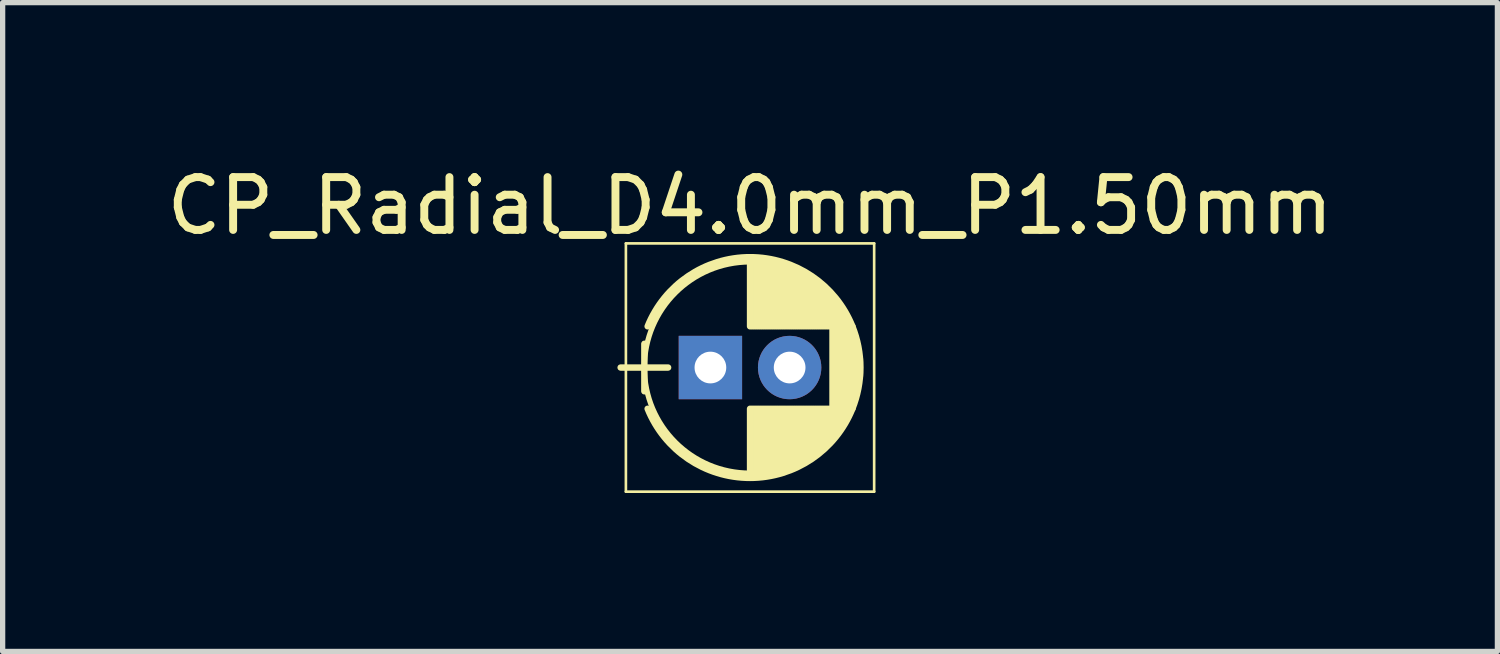
<source format=kicad_pcb>
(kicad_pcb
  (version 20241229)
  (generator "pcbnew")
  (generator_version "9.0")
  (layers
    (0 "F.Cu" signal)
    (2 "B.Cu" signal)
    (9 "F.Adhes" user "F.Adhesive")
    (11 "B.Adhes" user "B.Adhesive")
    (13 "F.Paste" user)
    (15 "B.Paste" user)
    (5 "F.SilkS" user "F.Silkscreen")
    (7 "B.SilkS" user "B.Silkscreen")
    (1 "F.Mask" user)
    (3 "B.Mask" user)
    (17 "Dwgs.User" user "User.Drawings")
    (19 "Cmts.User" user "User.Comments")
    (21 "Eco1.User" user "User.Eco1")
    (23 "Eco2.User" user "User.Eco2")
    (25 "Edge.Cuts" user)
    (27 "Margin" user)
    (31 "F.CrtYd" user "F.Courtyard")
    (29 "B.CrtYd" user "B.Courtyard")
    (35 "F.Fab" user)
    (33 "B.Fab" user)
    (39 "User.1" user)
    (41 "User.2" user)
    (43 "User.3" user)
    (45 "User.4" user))
  (footprint "CP_Radial_D4.0mm_P1.50mm"
    (layer "F.Cu")
    (at 10.399 3.908)
    (property "Reference" "CP_Radial_D4.0mm_P1.50mm" (at 0.75 -3.06 0) (layer "F.SilkS") (effects (font (size 1 1) (thickness 0.15))))
    (attr through_hole)
    (fp_line (start -1.7 0) (end -0.8 0) (stroke (width 0.1) (type solid)) (layer "F.SilkS"))
    (fp_line (start -1.7 0) (end -0.8 0) (stroke (width 0.12) (type solid)) (layer "F.SilkS"))
    (fp_line (start -1.6 -2.35) (end -1.6 2.35) (stroke (width 0.05) (type solid)) (layer "F.SilkS"))
    (fp_line (start -1.6 2.35) (end 3.1 2.35) (stroke (width 0.05) (type solid)) (layer "F.SilkS"))
    (fp_line (start -1.25 -0.45) (end -1.25 0.45) (stroke (width 0.1) (type solid)) (layer "F.SilkS"))
    (fp_line (start -1.25 -0.45) (end -1.25 0.45) (stroke (width 0.12) (type solid)) (layer "F.SilkS"))
    (fp_line (start 0.75 -2.05) (end 0.75 -0.78) (stroke (width 0.12) (type solid)) (layer "F.SilkS"))
    (fp_line (start 0.75 0.78) (end 0.75 2.05) (stroke (width 0.12) (type solid)) (layer "F.SilkS"))
    (fp_line (start 0.79 -2.05) (end 0.79 -0.78) (stroke (width 0.12) (type solid)) (layer "F.SilkS"))
    (fp_line (start 0.79 0.78) (end 0.79 2.05) (stroke (width 0.12) (type solid)) (layer "F.SilkS"))
    (fp_line (start 0.83 -2.049) (end 0.83 -0.78) (stroke (width 0.12) (type solid)) (layer "F.SilkS"))
    (fp_line (start 0.83 0.78) (end 0.83 2.049) (stroke (width 0.12) (type solid)) (layer "F.SilkS"))
    (fp_line (start 0.87 -2.047) (end 0.87 -0.78) (stroke (width 0.12) (type solid)) (layer "F.SilkS"))
    (fp_line (start 0.87 0.78) (end 0.87 2.047) (stroke (width 0.12) (type solid)) (layer "F.SilkS"))
    (fp_line (start 0.91 -2.044) (end 0.91 -0.78) (stroke (width 0.12) (type solid)) (layer "F.SilkS"))
    (fp_line (start 0.91 0.78) (end 0.91 2.044) (stroke (width 0.12) (type solid)) (layer "F.SilkS"))
    (fp_line (start 0.95 -2.041) (end 0.95 -0.78) (stroke (width 0.12) (type solid)) (layer "F.SilkS"))
    (fp_line (start 0.95 0.78) (end 0.95 2.041) (stroke (width 0.12) (type solid)) (layer "F.SilkS"))
    (fp_line (start 0.99 -2.037) (end 0.99 -0.78) (stroke (width 0.12) (type solid)) (layer "F.SilkS"))
    (fp_line (start 0.99 0.78) (end 0.99 2.037) (stroke (width 0.12) (type solid)) (layer "F.SilkS"))
    (fp_line (start 1.03 -2.032) (end 1.03 -0.78) (stroke (width 0.12) (type solid)) (layer "F.SilkS"))
    (fp_line (start 1.03 0.78) (end 1.03 2.032) (stroke (width 0.12) (type solid)) (layer "F.SilkS"))
    (fp_line (start 1.07 -2.026) (end 1.07 -0.78) (stroke (width 0.12) (type solid)) (layer "F.SilkS"))
    (fp_line (start 1.07 0.78) (end 1.07 2.026) (stroke (width 0.12) (type solid)) (layer "F.SilkS"))
    (fp_line (start 1.11 -2.019) (end 1.11 -0.78) (stroke (width 0.12) (type solid)) (layer "F.SilkS"))
    (fp_line (start 1.11 0.78) (end 1.11 2.019) (stroke (width 0.12) (type solid)) (layer "F.SilkS"))
    (fp_line (start 1.15 -2.012) (end 1.15 -0.78) (stroke (width 0.12) (type solid)) (layer "F.SilkS"))
    (fp_line (start 1.15 0.78) (end 1.15 2.012) (stroke (width 0.12) (type solid)) (layer "F.SilkS"))
    (fp_line (start 1.19 -2.004) (end 1.19 -0.78) (stroke (width 0.12) (type solid)) (layer "F.SilkS"))
    (fp_line (start 1.19 0.78) (end 1.19 2.004) (stroke (width 0.12) (type solid)) (layer "F.SilkS"))
    (fp_line (start 1.23 -1.995) (end 1.23 -0.78) (stroke (width 0.12) (type solid)) (layer "F.SilkS"))
    (fp_line (start 1.23 0.78) (end 1.23 1.995) (stroke (width 0.12) (type solid)) (layer "F.SilkS"))
    (fp_line (start 1.27 -1.985) (end 1.27 -0.78) (stroke (width 0.12) (type solid)) (layer "F.SilkS"))
    (fp_line (start 1.27 0.78) (end 1.27 1.985) (stroke (width 0.12) (type solid)) (layer "F.SilkS"))
    (fp_line (start 1.31 -1.974) (end 1.31 -0.78) (stroke (width 0.12) (type solid)) (layer "F.SilkS"))
    (fp_line (start 1.31 0.78) (end 1.31 1.974) (stroke (width 0.12) (type solid)) (layer "F.SilkS"))
    (fp_line (start 1.35 -1.963) (end 1.35 -0.78) (stroke (width 0.12) (type solid)) (layer "F.SilkS"))
    (fp_line (start 1.35 0.78) (end 1.35 1.963) (stroke (width 0.12) (type solid)) (layer "F.SilkS"))
    (fp_line (start 1.39 -1.95) (end 1.39 -0.78) (stroke (width 0.12) (type solid)) (layer "F.SilkS"))
    (fp_line (start 1.39 0.78) (end 1.39 1.95) (stroke (width 0.12) (type solid)) (layer "F.SilkS"))
    (fp_line (start 1.43 -1.937) (end 1.43 -0.78) (stroke (width 0.12) (type solid)) (layer "F.SilkS"))
    (fp_line (start 1.43 0.78) (end 1.43 1.937) (stroke (width 0.12) (type solid)) (layer "F.SilkS"))
    (fp_line (start 1.471 -1.923) (end 1.471 -0.78) (stroke (width 0.12) (type solid)) (layer "F.SilkS"))
    (fp_line (start 1.471 0.78) (end 1.471 1.923) (stroke (width 0.12) (type solid)) (layer "F.SilkS"))
    (fp_line (start 1.511 -1.907) (end 1.511 -0.78) (stroke (width 0.12) (type solid)) (layer "F.SilkS"))
    (fp_line (start 1.511 0.78) (end 1.511 1.907) (stroke (width 0.12) (type solid)) (layer "F.SilkS"))
    (fp_line (start 1.551 -1.891) (end 1.551 -0.78) (stroke (width 0.12) (type solid)) (layer "F.SilkS"))
    (fp_line (start 1.551 0.78) (end 1.551 1.891) (stroke (width 0.12) (type solid)) (layer "F.SilkS"))
    (fp_line (start 1.591 -1.874) (end 1.591 -0.78) (stroke (width 0.12) (type solid)) (layer "F.SilkS"))
    (fp_line (start 1.591 0.78) (end 1.591 1.874) (stroke (width 0.12) (type solid)) (layer "F.SilkS"))
    (fp_line (start 1.631 -1.856) (end 1.631 -0.78) (stroke (width 0.12) (type solid)) (layer "F.SilkS"))
    (fp_line (start 1.631 0.78) (end 1.631 1.856) (stroke (width 0.12) (type solid)) (layer "F.SilkS"))
    (fp_line (start 1.671 -1.837) (end 1.671 -0.78) (stroke (width 0.12) (type solid)) (layer "F.SilkS"))
    (fp_line (start 1.671 0.78) (end 1.671 1.837) (stroke (width 0.12) (type solid)) (layer "F.SilkS"))
    (fp_line (start 1.711 -1.817) (end 1.711 -0.78) (stroke (width 0.12) (type solid)) (layer "F.SilkS"))
    (fp_line (start 1.711 0.78) (end 1.711 1.817) (stroke (width 0.12) (type solid)) (layer "F.SilkS"))
    (fp_line (start 1.751 -1.796) (end 1.751 -0.78) (stroke (width 0.12) (type solid)) (layer "F.SilkS"))
    (fp_line (start 1.751 0.78) (end 1.751 1.796) (stroke (width 0.12) (type solid)) (layer "F.SilkS"))
    (fp_line (start 1.791 -1.773) (end 1.791 -0.78) (stroke (width 0.12) (type solid)) (layer "F.SilkS"))
    (fp_line (start 1.791 0.78) (end 1.791 1.773) (stroke (width 0.12) (type solid)) (layer "F.SilkS"))
    (fp_line (start 1.831 -1.75) (end 1.831 -0.78) (stroke (width 0.12) (type solid)) (layer "F.SilkS"))
    (fp_line (start 1.831 0.78) (end 1.831 1.75) (stroke (width 0.12) (type solid)) (layer "F.SilkS"))
    (fp_line (start 1.871 -1.725) (end 1.871 -0.78) (stroke (width 0.12) (type solid)) (layer "F.SilkS"))
    (fp_line (start 1.871 0.78) (end 1.871 1.725) (stroke (width 0.12) (type solid)) (layer "F.SilkS"))
    (fp_line (start 1.911 -1.699) (end 1.911 -0.78) (stroke (width 0.12) (type solid)) (layer "F.SilkS"))
    (fp_line (start 1.911 0.78) (end 1.911 1.699) (stroke (width 0.12) (type solid)) (layer "F.SilkS"))
    (fp_line (start 1.951 -1.672) (end 1.951 -0.78) (stroke (width 0.12) (type solid)) (layer "F.SilkS"))
    (fp_line (start 1.951 0.78) (end 1.951 1.672) (stroke (width 0.12) (type solid)) (layer "F.SilkS"))
    (fp_line (start 1.991 -1.643) (end 1.991 -0.78) (stroke (width 0.12) (type solid)) (layer "F.SilkS"))
    (fp_line (start 1.991 0.78) (end 1.991 1.643) (stroke (width 0.12) (type solid)) (layer "F.SilkS"))
    (fp_line (start 2.031 -1.613) (end 2.031 -0.78) (stroke (width 0.12) (type solid)) (layer "F.SilkS"))
    (fp_line (start 2.031 0.78) (end 2.031 1.613) (stroke (width 0.12) (type solid)) (layer "F.SilkS"))
    (fp_line (start 2.071 -1.581) (end 2.071 -0.78) (stroke (width 0.12) (type solid)) (layer "F.SilkS"))
    (fp_line (start 2.071 0.78) (end 2.071 1.581) (stroke (width 0.12) (type solid)) (layer "F.SilkS"))
    (fp_line (start 2.111 -1.547) (end 2.111 -0.78) (stroke (width 0.12) (type solid)) (layer "F.SilkS"))
    (fp_line (start 2.111 0.78) (end 2.111 1.547) (stroke (width 0.12) (type solid)) (layer "F.SilkS"))
    (fp_line (start 2.151 -1.512) (end 2.151 -0.78) (stroke (width 0.12) (type solid)) (layer "F.SilkS"))
    (fp_line (start 2.151 0.78) (end 2.151 1.512) (stroke (width 0.12) (type solid)) (layer "F.SilkS"))
    (fp_line (start 2.191 -1.475) (end 2.191 -0.78) (stroke (width 0.12) (type solid)) (layer "F.SilkS"))
    (fp_line (start 2.191 0.78) (end 2.191 1.475) (stroke (width 0.12) (type solid)) (layer "F.SilkS"))
    (fp_line (start 2.231 -1.436) (end 2.231 -0.78) (stroke (width 0.12) (type solid)) (layer "F.SilkS"))
    (fp_line (start 2.231 0.78) (end 2.231 1.436) (stroke (width 0.12) (type solid)) (layer "F.SilkS"))
    (fp_line (start 2.271 -1.395) (end 2.271 -0.78) (stroke (width 0.12) (type solid)) (layer "F.SilkS"))
    (fp_line (start 2.271 0.78) (end 2.271 1.395) (stroke (width 0.12) (type solid)) (layer "F.SilkS"))
    (fp_line (start 2.311 -1.351) (end 2.311 1.351) (stroke (width 0.12) (type solid)) (layer "F.SilkS"))
    (fp_line (start 2.351 -1.305) (end 2.351 1.305) (stroke (width 0.12) (type solid)) (layer "F.SilkS"))
    (fp_line (start 2.391 -1.256) (end 2.391 1.256) (stroke (width 0.12) (type solid)) (layer "F.SilkS"))
    (fp_line (start 2.431 -1.204) (end 2.431 1.204) (stroke (width 0.12) (type solid)) (layer "F.SilkS"))
    (fp_line (start 2.471 -1.148) (end 2.471 1.148) (stroke (width 0.12) (type solid)) (layer "F.SilkS"))
    (fp_line (start 2.511 -1.088) (end 2.511 1.088) (stroke (width 0.12) (type solid)) (layer "F.SilkS"))
    (fp_line (start 2.551 -1.023) (end 2.551 1.023) (stroke (width 0.12) (type solid)) (layer "F.SilkS"))
    (fp_line (start 2.591 -0.952) (end 2.591 0.952) (stroke (width 0.12) (type solid)) (layer "F.SilkS"))
    (fp_line (start 2.631 -0.874) (end 2.631 0.874) (stroke (width 0.12) (type solid)) (layer "F.SilkS"))
    (fp_line (start 2.671 -0.786) (end 2.671 0.786) (stroke (width 0.12) (type solid)) (layer "F.SilkS"))
    (fp_line (start 2.711 -0.686) (end 2.711 0.686) (stroke (width 0.12) (type solid)) (layer "F.SilkS"))
    (fp_line (start 2.751 -0.567) (end 2.751 0.567) (stroke (width 0.12) (type solid)) (layer "F.SilkS"))
    (fp_line (start 2.791 -0.415) (end 2.791 0.415) (stroke (width 0.12) (type solid)) (layer "F.SilkS"))
    (fp_line (start 2.831 -0.165) (end 2.831 0.165) (stroke (width 0.12) (type solid)) (layer "F.SilkS"))
    (fp_line (start 3.1 -2.35) (end -1.6 -2.35) (stroke (width 0.05) (type solid)) (layer "F.SilkS"))
    (fp_line (start 3.1 2.35) (end 3.1 -2.35) (stroke (width 0.05) (type solid)) (layer "F.SilkS"))
    (fp_arc (start -1.188995 -0.78) (mid 0.750491 -2.09) (end 2.689361 -0.779089) (stroke (width 0.12) (type solid)) (layer "F.SilkS"))
    (fp_arc (start 2.688995 -0.78) (mid 2.84 -0.000491) (end 2.689361 0.779089) (stroke (width 0.12) (type solid)) (layer "F.SilkS"))
    (fp_arc (start 2.689361 0.779089) (mid 0.750491 2.09) (end -1.188995 0.78) (stroke (width 0.12) (type solid)) (layer "F.SilkS"))
    (fp_circle (center 0.75 0) (end 2.75 0) (stroke (width 0.1) (type solid)) (fill no) (layer "F.SilkS"))
    (pad "1" thru_hole rect (at 0 0) (size 1.2 1.2) (drill 0.6) (layers "*.Cu" "*.Mask"))
    (pad "2" thru_hole circle (at 1.5 0) (size 1.2 1.2) (drill 0.6) (layers "*.Cu" "*.Mask")))
  (gr_rect
    (start -3 -3)
    (end 25.298 9.283)
    (stroke (width 0.1) (type default))
    (fill no)
    (layer "Edge.Cuts")))
</source>
